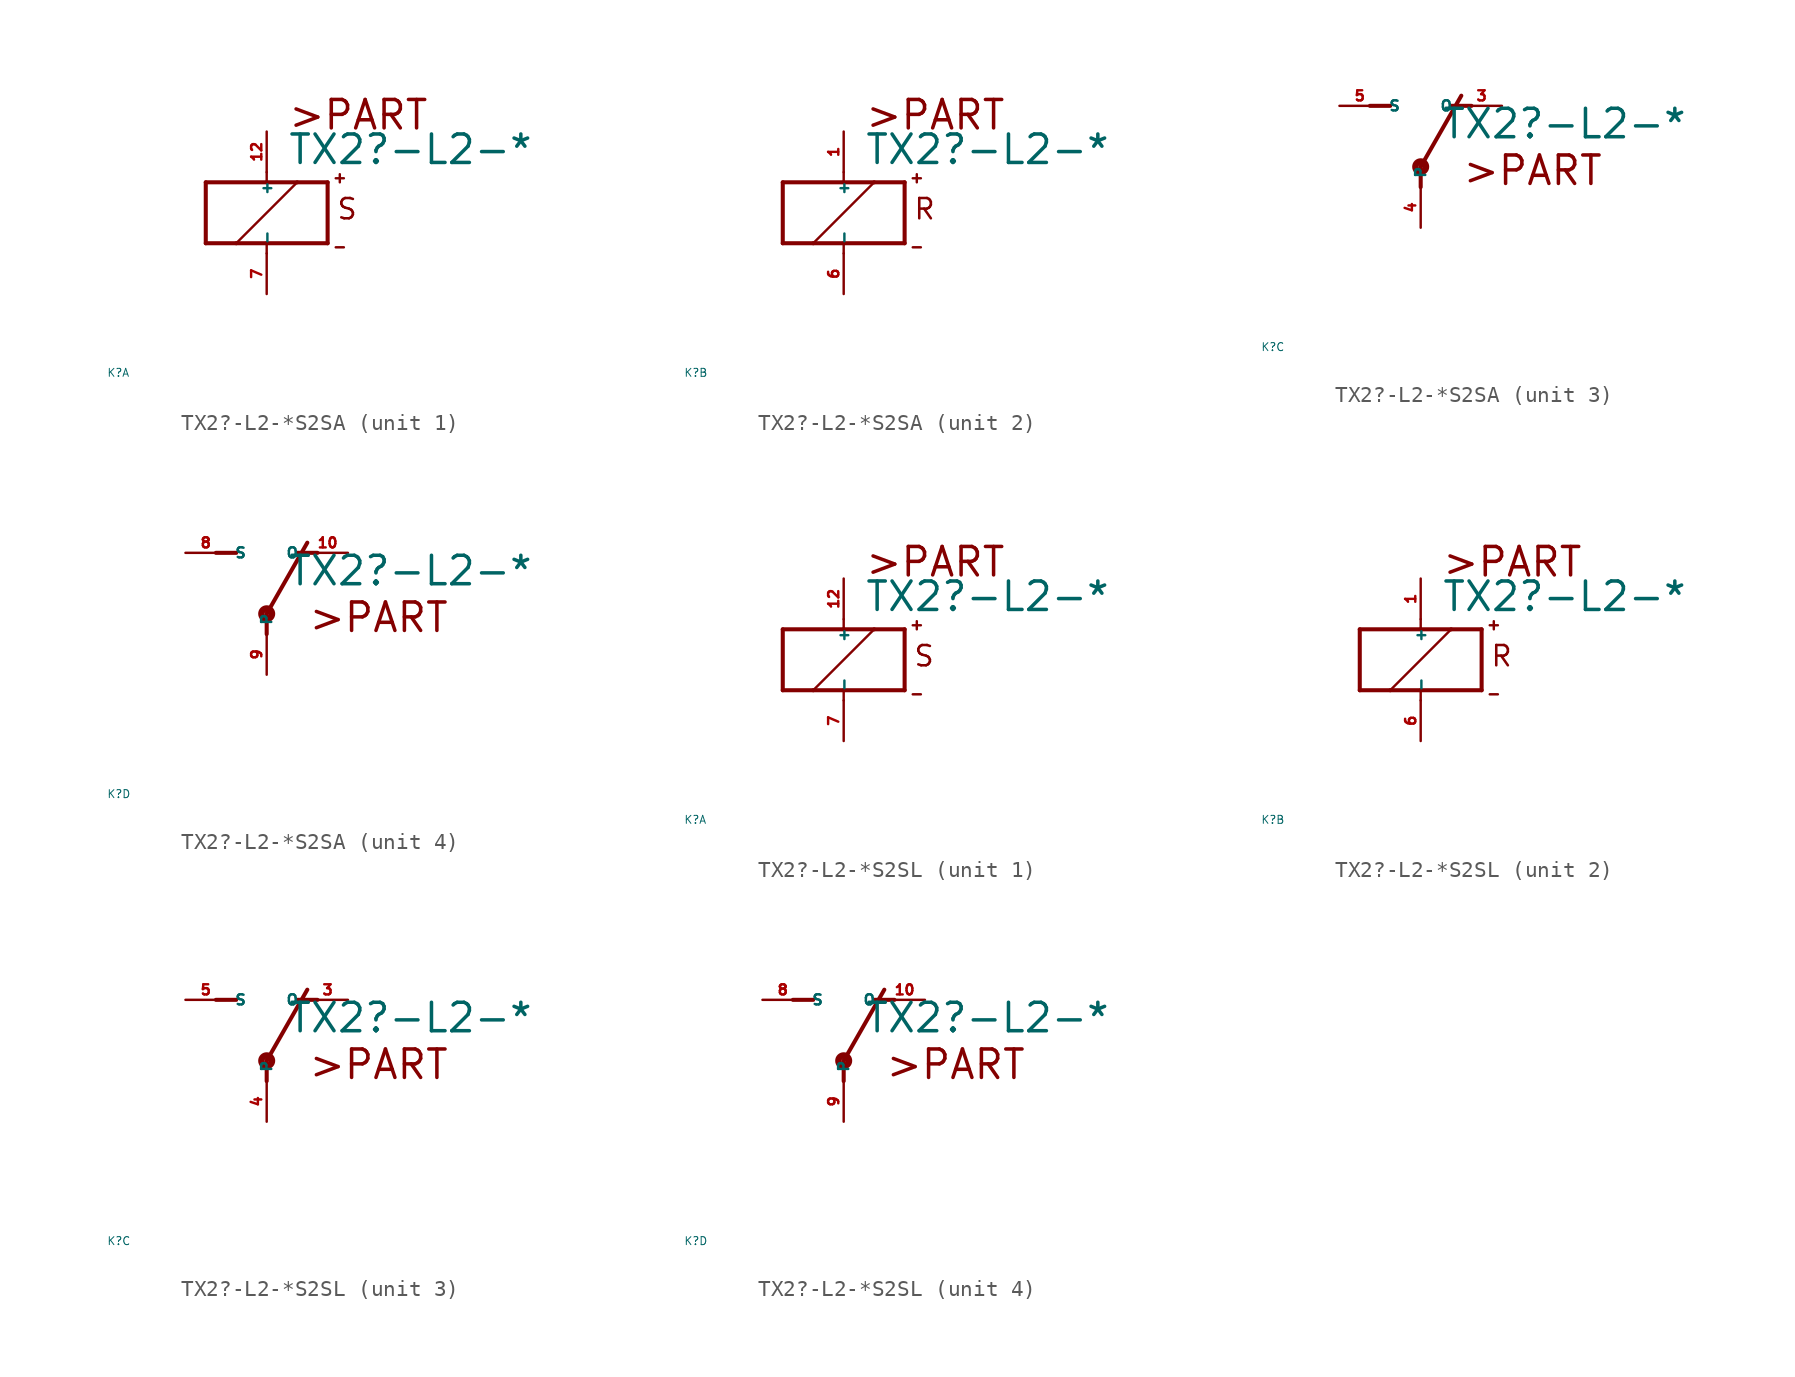
<source format=kicad_sym>
(kicad_symbol_lib
  (version 20220914)
  (generator Eagle2Kicad)
  (symbol "TX2?-L2-*S2SA"
    (property "Reference" "K"
      (at -10 -10 0)
      (effects (font (size 0.5 0.5) (thickness 0.06)) (justify left)))
    (property "Value" "TX2?-L2-*"
      (at 1.27 2.921 0)
      (effects (font (size 1.778 1.778) (thickness 0.22)) (justify left bottom)))
    (symbol "TX2?-L2-*S2SA_1_0"
      (polyline (pts (xy -3.81 -1.905) (xy -1.905 -1.905)) (stroke (width 0.254) (type default)) (fill (type none)))
      (polyline (pts (xy 3.81 -1.905) (xy 3.81 1.905)) (stroke (width 0.254) (type default)) (fill (type none)))
      (polyline (pts (xy 3.81 1.905) (xy 1.905 1.905)) (stroke (width 0.254) (type default)) (fill (type none)))
      (polyline (pts (xy -3.81 1.905) (xy -3.81 -1.905)) (stroke (width 0.254) (type default)) (fill (type none)))
      (polyline (pts (xy 0 -2.54) (xy 0 -1.905)) (stroke (width 0.152) (type default)) (fill (type none)))
      (polyline (pts (xy 0 -1.905) (xy 3.81 -1.905)) (stroke (width 0.254) (type default)) (fill (type none)))
      (polyline (pts (xy 0 2.54) (xy 0 1.905)) (stroke (width 0.152) (type default)) (fill (type none)))
      (polyline (pts (xy 0 1.905) (xy -3.81 1.905)) (stroke (width 0.254) (type default)) (fill (type none)))
      (polyline (pts (xy -1.905 -1.905) (xy 1.905 1.905)) (stroke (width 0.152) (type default)) (fill (type none)))
      (polyline (pts (xy -1.905 -1.905) (xy 0 -1.905)) (stroke (width 0.254) (type default)) (fill (type none)))
      (polyline (pts (xy 1.905 1.905) (xy 0 1.905)) (stroke (width 0.254) (type default)) (fill (type none)))
      (polyline (pts (xy 4.318 2.159) (xy 4.826 2.159)) (stroke (width 0.152) (type default)) (fill (type none)))
      (polyline (pts (xy 4.572 2.413) (xy 4.572 1.905)) (stroke (width 0.152) (type default)) (fill (type none)))
      (polyline (pts (xy 4.318 -2.159) (xy 4.826 -2.159)) (stroke (width 0.152) (type default)) (fill (type none)))
      (text ">PART" (at 1.27 5.08 0) (effects (font (size 1.778 1.778) (thickness 0.22)) (justify left bottom)))
      (text "S" (at 4.318 -0.508 0) (effects (font (size 1.27 1.27) (thickness 0.16)) (justify left bottom)))
      (pin passive line (at 0 -5.08 90) (length 2.54) (name "-" (effects (font (size 0.635 0.635) (thickness 0.08)) (justify left bottom))) (number "7" (effects (font (size 0.635 0.635) (thickness 0.08)) (justify left bottom))))
      (pin passive line (at 0 5.08 270) (length 2.54) (name "+" (effects (font (size 0.635 0.635) (thickness 0.08)) (justify left bottom))) (number "12" (effects (font (size 0.635 0.635) (thickness 0.08)) (justify left bottom)))))
    (symbol "TX2?-L2-*S2SA_2_0"
      (polyline (pts (xy -3.81 -1.905) (xy -1.905 -1.905)) (stroke (width 0.254) (type default)) (fill (type none)))
      (polyline (pts (xy 3.81 -1.905) (xy 3.81 1.905)) (stroke (width 0.254) (type default)) (fill (type none)))
      (polyline (pts (xy 3.81 1.905) (xy 1.905 1.905)) (stroke (width 0.254) (type default)) (fill (type none)))
      (polyline (pts (xy -3.81 1.905) (xy -3.81 -1.905)) (stroke (width 0.254) (type default)) (fill (type none)))
      (polyline (pts (xy 0 -2.54) (xy 0 -1.905)) (stroke (width 0.152) (type default)) (fill (type none)))
      (polyline (pts (xy 0 -1.905) (xy 3.81 -1.905)) (stroke (width 0.254) (type default)) (fill (type none)))
      (polyline (pts (xy 0 2.54) (xy 0 1.905)) (stroke (width 0.152) (type default)) (fill (type none)))
      (polyline (pts (xy 0 1.905) (xy -3.81 1.905)) (stroke (width 0.254) (type default)) (fill (type none)))
      (polyline (pts (xy -1.905 -1.905) (xy 1.905 1.905)) (stroke (width 0.152) (type default)) (fill (type none)))
      (polyline (pts (xy -1.905 -1.905) (xy 0 -1.905)) (stroke (width 0.254) (type default)) (fill (type none)))
      (polyline (pts (xy 1.905 1.905) (xy 0 1.905)) (stroke (width 0.254) (type default)) (fill (type none)))
      (polyline (pts (xy 4.318 2.159) (xy 4.826 2.159)) (stroke (width 0.152) (type default)) (fill (type none)))
      (polyline (pts (xy 4.572 2.413) (xy 4.572 1.905)) (stroke (width 0.152) (type default)) (fill (type none)))
      (polyline (pts (xy 4.318 -2.159) (xy 4.826 -2.159)) (stroke (width 0.152) (type default)) (fill (type none)))
      (text ">PART" (at 1.27 5.08 0) (effects (font (size 1.778 1.778) (thickness 0.22)) (justify left bottom)))
      (text "R" (at 4.318 -0.508 0) (effects (font (size 1.27 1.27) (thickness 0.16)) (justify left bottom)))
      (pin passive line (at 0 -5.08 90) (length 2.54) (name "-" (effects (font (size 0.635 0.635) (thickness 0.08)) (justify left bottom))) (number "6" (effects (font (size 0.635 0.635) (thickness 0.08)) (justify left bottom))))
      (pin passive line (at 0 5.08 270) (length 2.54) (name "+" (effects (font (size 0.635 0.635) (thickness 0.08)) (justify left bottom))) (number "1" (effects (font (size 0.635 0.635) (thickness 0.08)) (justify left bottom)))))
    (symbol "TX2?-L2-*S2SA_3_0"
      (polyline (pts (xy 3.175 5.08) (xy 1.905 5.08)) (stroke (width 0.254) (type default)) (fill (type none)))
      (polyline (pts (xy -3.175 5.08) (xy -1.905 5.08)) (stroke (width 0.254) (type default)) (fill (type none)))
      (polyline (pts (xy 0 1.27) (xy 2.54 5.715)) (stroke (width 0.254) (type default)) (fill (type none)))
      (polyline (pts (xy 0 1.27) (xy 0 0)) (stroke (width 0.254) (type default)) (fill (type none)))
      (text ">PART" (at 2.54 0 0) (effects (font (size 1.778 1.778) (thickness 0.22)) (justify left bottom)))
      (circle (center 0 1.27) (radius 0.127) (stroke (width 0.406) (type default)) (fill (type none)))
      (pin passive line (at 5.08 5.08 180) (length 2.54) (name "O" (effects (font (size 0.635 0.635) (thickness 0.08)) (justify left bottom))) (number "3" (effects (font (size 0.635 0.635) (thickness 0.08)) (justify left bottom))))
      (pin passive line (at -5.08 5.08 0) (length 2.54) (name "S" (effects (font (size 0.635 0.635) (thickness 0.08)) (justify left bottom))) (number "5" (effects (font (size 0.635 0.635) (thickness 0.08)) (justify left bottom))))
      (pin passive line (at 0 -2.54 90) (length 2.54) (name "P" (effects (font (size 0.635 0.635) (thickness 0.08)) (justify left bottom))) (number "4" (effects (font (size 0.635 0.635) (thickness 0.08)) (justify left bottom)))))
    (symbol "TX2?-L2-*S2SA_4_0"
      (polyline (pts (xy 3.175 5.08) (xy 1.905 5.08)) (stroke (width 0.254) (type default)) (fill (type none)))
      (polyline (pts (xy -3.175 5.08) (xy -1.905 5.08)) (stroke (width 0.254) (type default)) (fill (type none)))
      (polyline (pts (xy 0 1.27) (xy 2.54 5.715)) (stroke (width 0.254) (type default)) (fill (type none)))
      (polyline (pts (xy 0 1.27) (xy 0 0)) (stroke (width 0.254) (type default)) (fill (type none)))
      (text ">PART" (at 2.54 0 0) (effects (font (size 1.778 1.778) (thickness 0.22)) (justify left bottom)))
      (circle (center 0 1.27) (radius 0.127) (stroke (width 0.406) (type default)) (fill (type none)))
      (pin passive line (at 5.08 5.08 180) (length 2.54) (name "O" (effects (font (size 0.635 0.635) (thickness 0.08)) (justify left bottom))) (number "10" (effects (font (size 0.635 0.635) (thickness 0.08)) (justify left bottom))))
      (pin passive line (at -5.08 5.08 0) (length 2.54) (name "S" (effects (font (size 0.635 0.635) (thickness 0.08)) (justify left bottom))) (number "8" (effects (font (size 0.635 0.635) (thickness 0.08)) (justify left bottom))))
      (pin passive line (at 0 -2.54 90) (length 2.54) (name "P" (effects (font (size 0.635 0.635) (thickness 0.08)) (justify left bottom))) (number "9" (effects (font (size 0.635 0.635) (thickness 0.08)) (justify left bottom))))))
  (symbol "TX2?-L2-*S2SL"
    (property "Reference" "K"
      (at -10 -10 0)
      (effects (font (size 0.5 0.5) (thickness 0.06)) (justify left)))
    (property "Value" "TX2?-L2-*"
      (at 1.27 2.921 0)
      (effects (font (size 1.778 1.778) (thickness 0.22)) (justify left bottom)))
    (symbol "TX2?-L2-*S2SL_1_0"
      (polyline (pts (xy -3.81 -1.905) (xy -1.905 -1.905)) (stroke (width 0.254) (type default)) (fill (type none)))
      (polyline (pts (xy 3.81 -1.905) (xy 3.81 1.905)) (stroke (width 0.254) (type default)) (fill (type none)))
      (polyline (pts (xy 3.81 1.905) (xy 1.905 1.905)) (stroke (width 0.254) (type default)) (fill (type none)))
      (polyline (pts (xy -3.81 1.905) (xy -3.81 -1.905)) (stroke (width 0.254) (type default)) (fill (type none)))
      (polyline (pts (xy 0 -2.54) (xy 0 -1.905)) (stroke (width 0.152) (type default)) (fill (type none)))
      (polyline (pts (xy 0 -1.905) (xy 3.81 -1.905)) (stroke (width 0.254) (type default)) (fill (type none)))
      (polyline (pts (xy 0 2.54) (xy 0 1.905)) (stroke (width 0.152) (type default)) (fill (type none)))
      (polyline (pts (xy 0 1.905) (xy -3.81 1.905)) (stroke (width 0.254) (type default)) (fill (type none)))
      (polyline (pts (xy -1.905 -1.905) (xy 1.905 1.905)) (stroke (width 0.152) (type default)) (fill (type none)))
      (polyline (pts (xy -1.905 -1.905) (xy 0 -1.905)) (stroke (width 0.254) (type default)) (fill (type none)))
      (polyline (pts (xy 1.905 1.905) (xy 0 1.905)) (stroke (width 0.254) (type default)) (fill (type none)))
      (polyline (pts (xy 4.318 2.159) (xy 4.826 2.159)) (stroke (width 0.152) (type default)) (fill (type none)))
      (polyline (pts (xy 4.572 2.413) (xy 4.572 1.905)) (stroke (width 0.152) (type default)) (fill (type none)))
      (polyline (pts (xy 4.318 -2.159) (xy 4.826 -2.159)) (stroke (width 0.152) (type default)) (fill (type none)))
      (text ">PART" (at 1.27 5.08 0) (effects (font (size 1.778 1.778) (thickness 0.22)) (justify left bottom)))
      (text "S" (at 4.318 -0.508 0) (effects (font (size 1.27 1.27) (thickness 0.16)) (justify left bottom)))
      (pin passive line (at 0 -5.08 90) (length 2.54) (name "-" (effects (font (size 0.635 0.635) (thickness 0.08)) (justify left bottom))) (number "7" (effects (font (size 0.635 0.635) (thickness 0.08)) (justify left bottom))))
      (pin passive line (at 0 5.08 270) (length 2.54) (name "+" (effects (font (size 0.635 0.635) (thickness 0.08)) (justify left bottom))) (number "12" (effects (font (size 0.635 0.635) (thickness 0.08)) (justify left bottom)))))
    (symbol "TX2?-L2-*S2SL_2_0"
      (polyline (pts (xy -3.81 -1.905) (xy -1.905 -1.905)) (stroke (width 0.254) (type default)) (fill (type none)))
      (polyline (pts (xy 3.81 -1.905) (xy 3.81 1.905)) (stroke (width 0.254) (type default)) (fill (type none)))
      (polyline (pts (xy 3.81 1.905) (xy 1.905 1.905)) (stroke (width 0.254) (type default)) (fill (type none)))
      (polyline (pts (xy -3.81 1.905) (xy -3.81 -1.905)) (stroke (width 0.254) (type default)) (fill (type none)))
      (polyline (pts (xy 0 -2.54) (xy 0 -1.905)) (stroke (width 0.152) (type default)) (fill (type none)))
      (polyline (pts (xy 0 -1.905) (xy 3.81 -1.905)) (stroke (width 0.254) (type default)) (fill (type none)))
      (polyline (pts (xy 0 2.54) (xy 0 1.905)) (stroke (width 0.152) (type default)) (fill (type none)))
      (polyline (pts (xy 0 1.905) (xy -3.81 1.905)) (stroke (width 0.254) (type default)) (fill (type none)))
      (polyline (pts (xy -1.905 -1.905) (xy 1.905 1.905)) (stroke (width 0.152) (type default)) (fill (type none)))
      (polyline (pts (xy -1.905 -1.905) (xy 0 -1.905)) (stroke (width 0.254) (type default)) (fill (type none)))
      (polyline (pts (xy 1.905 1.905) (xy 0 1.905)) (stroke (width 0.254) (type default)) (fill (type none)))
      (polyline (pts (xy 4.318 2.159) (xy 4.826 2.159)) (stroke (width 0.152) (type default)) (fill (type none)))
      (polyline (pts (xy 4.572 2.413) (xy 4.572 1.905)) (stroke (width 0.152) (type default)) (fill (type none)))
      (polyline (pts (xy 4.318 -2.159) (xy 4.826 -2.159)) (stroke (width 0.152) (type default)) (fill (type none)))
      (text ">PART" (at 1.27 5.08 0) (effects (font (size 1.778 1.778) (thickness 0.22)) (justify left bottom)))
      (text "R" (at 4.318 -0.508 0) (effects (font (size 1.27 1.27) (thickness 0.16)) (justify left bottom)))
      (pin passive line (at 0 -5.08 90) (length 2.54) (name "-" (effects (font (size 0.635 0.635) (thickness 0.08)) (justify left bottom))) (number "6" (effects (font (size 0.635 0.635) (thickness 0.08)) (justify left bottom))))
      (pin passive line (at 0 5.08 270) (length 2.54) (name "+" (effects (font (size 0.635 0.635) (thickness 0.08)) (justify left bottom))) (number "1" (effects (font (size 0.635 0.635) (thickness 0.08)) (justify left bottom)))))
    (symbol "TX2?-L2-*S2SL_3_0"
      (polyline (pts (xy 3.175 5.08) (xy 1.905 5.08)) (stroke (width 0.254) (type default)) (fill (type none)))
      (polyline (pts (xy -3.175 5.08) (xy -1.905 5.08)) (stroke (width 0.254) (type default)) (fill (type none)))
      (polyline (pts (xy 0 1.27) (xy 2.54 5.715)) (stroke (width 0.254) (type default)) (fill (type none)))
      (polyline (pts (xy 0 1.27) (xy 0 0)) (stroke (width 0.254) (type default)) (fill (type none)))
      (text ">PART" (at 2.54 0 0) (effects (font (size 1.778 1.778) (thickness 0.22)) (justify left bottom)))
      (circle (center 0 1.27) (radius 0.127) (stroke (width 0.406) (type default)) (fill (type none)))
      (pin passive line (at 5.08 5.08 180) (length 2.54) (name "O" (effects (font (size 0.635 0.635) (thickness 0.08)) (justify left bottom))) (number "3" (effects (font (size 0.635 0.635) (thickness 0.08)) (justify left bottom))))
      (pin passive line (at -5.08 5.08 0) (length 2.54) (name "S" (effects (font (size 0.635 0.635) (thickness 0.08)) (justify left bottom))) (number "5" (effects (font (size 0.635 0.635) (thickness 0.08)) (justify left bottom))))
      (pin passive line (at 0 -2.54 90) (length 2.54) (name "P" (effects (font (size 0.635 0.635) (thickness 0.08)) (justify left bottom))) (number "4" (effects (font (size 0.635 0.635) (thickness 0.08)) (justify left bottom)))))
    (symbol "TX2?-L2-*S2SL_4_0"
      (polyline (pts (xy 3.175 5.08) (xy 1.905 5.08)) (stroke (width 0.254) (type default)) (fill (type none)))
      (polyline (pts (xy -3.175 5.08) (xy -1.905 5.08)) (stroke (width 0.254) (type default)) (fill (type none)))
      (polyline (pts (xy 0 1.27) (xy 2.54 5.715)) (stroke (width 0.254) (type default)) (fill (type none)))
      (polyline (pts (xy 0 1.27) (xy 0 0)) (stroke (width 0.254) (type default)) (fill (type none)))
      (text ">PART" (at 2.54 0 0) (effects (font (size 1.778 1.778) (thickness 0.22)) (justify left bottom)))
      (circle (center 0 1.27) (radius 0.127) (stroke (width 0.406) (type default)) (fill (type none)))
      (pin passive line (at 5.08 5.08 180) (length 2.54) (name "O" (effects (font (size 0.635 0.635) (thickness 0.08)) (justify left bottom))) (number "10" (effects (font (size 0.635 0.635) (thickness 0.08)) (justify left bottom))))
      (pin passive line (at -5.08 5.08 0) (length 2.54) (name "S" (effects (font (size 0.635 0.635) (thickness 0.08)) (justify left bottom))) (number "8" (effects (font (size 0.635 0.635) (thickness 0.08)) (justify left bottom))))
      (pin passive line (at 0 -2.54 90) (length 2.54) (name "P" (effects (font (size 0.635 0.635) (thickness 0.08)) (justify left bottom))) (number "9" (effects (font (size 0.635 0.635) (thickness 0.08)) (justify left bottom)))))))
</source>
